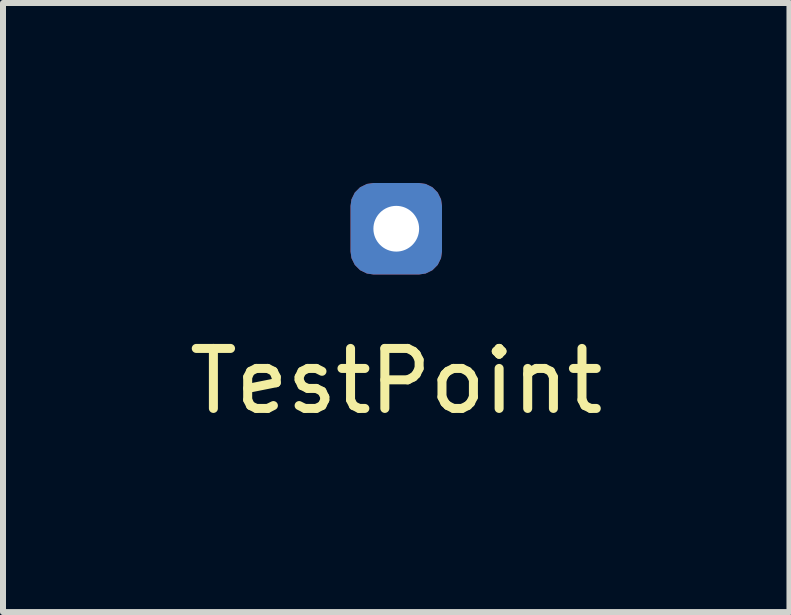
<source format=kicad_pcb>
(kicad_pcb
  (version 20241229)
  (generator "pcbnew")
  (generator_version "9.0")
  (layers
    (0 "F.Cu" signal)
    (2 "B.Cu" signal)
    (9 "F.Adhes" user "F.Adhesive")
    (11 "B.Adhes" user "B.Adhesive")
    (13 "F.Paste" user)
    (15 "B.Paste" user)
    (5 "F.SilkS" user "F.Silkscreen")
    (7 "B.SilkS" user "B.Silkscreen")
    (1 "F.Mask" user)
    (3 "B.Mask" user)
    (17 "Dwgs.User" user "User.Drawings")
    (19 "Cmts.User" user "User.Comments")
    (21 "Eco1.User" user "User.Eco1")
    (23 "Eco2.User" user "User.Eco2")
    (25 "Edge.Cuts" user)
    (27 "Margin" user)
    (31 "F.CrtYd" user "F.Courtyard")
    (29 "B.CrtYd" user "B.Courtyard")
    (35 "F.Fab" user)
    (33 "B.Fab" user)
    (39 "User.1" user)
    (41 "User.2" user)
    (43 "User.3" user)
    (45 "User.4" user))
  (footprint "TestPoint"
    (layer "F.Cu")
    (at 3.554 0.762)
    (property "Reference" "TestPoint" (at 0 2.54 0) (layer "F.SilkS") (effects (font (size 1 1) (thickness 0.15))))
    (attr through_hole)
    (pad "1" thru_hole roundrect (at 0 0) (size 1.524 1.524) (drill 0.762) (layers "*.Cu" "*.Mask") (roundrect_rratio 0.25)))
  (gr_rect
    (start -3 -3)
    (end 10.107 7.15)
    (stroke (width 0.1) (type default))
    (fill no)
    (layer "Edge.Cuts")))
</source>
